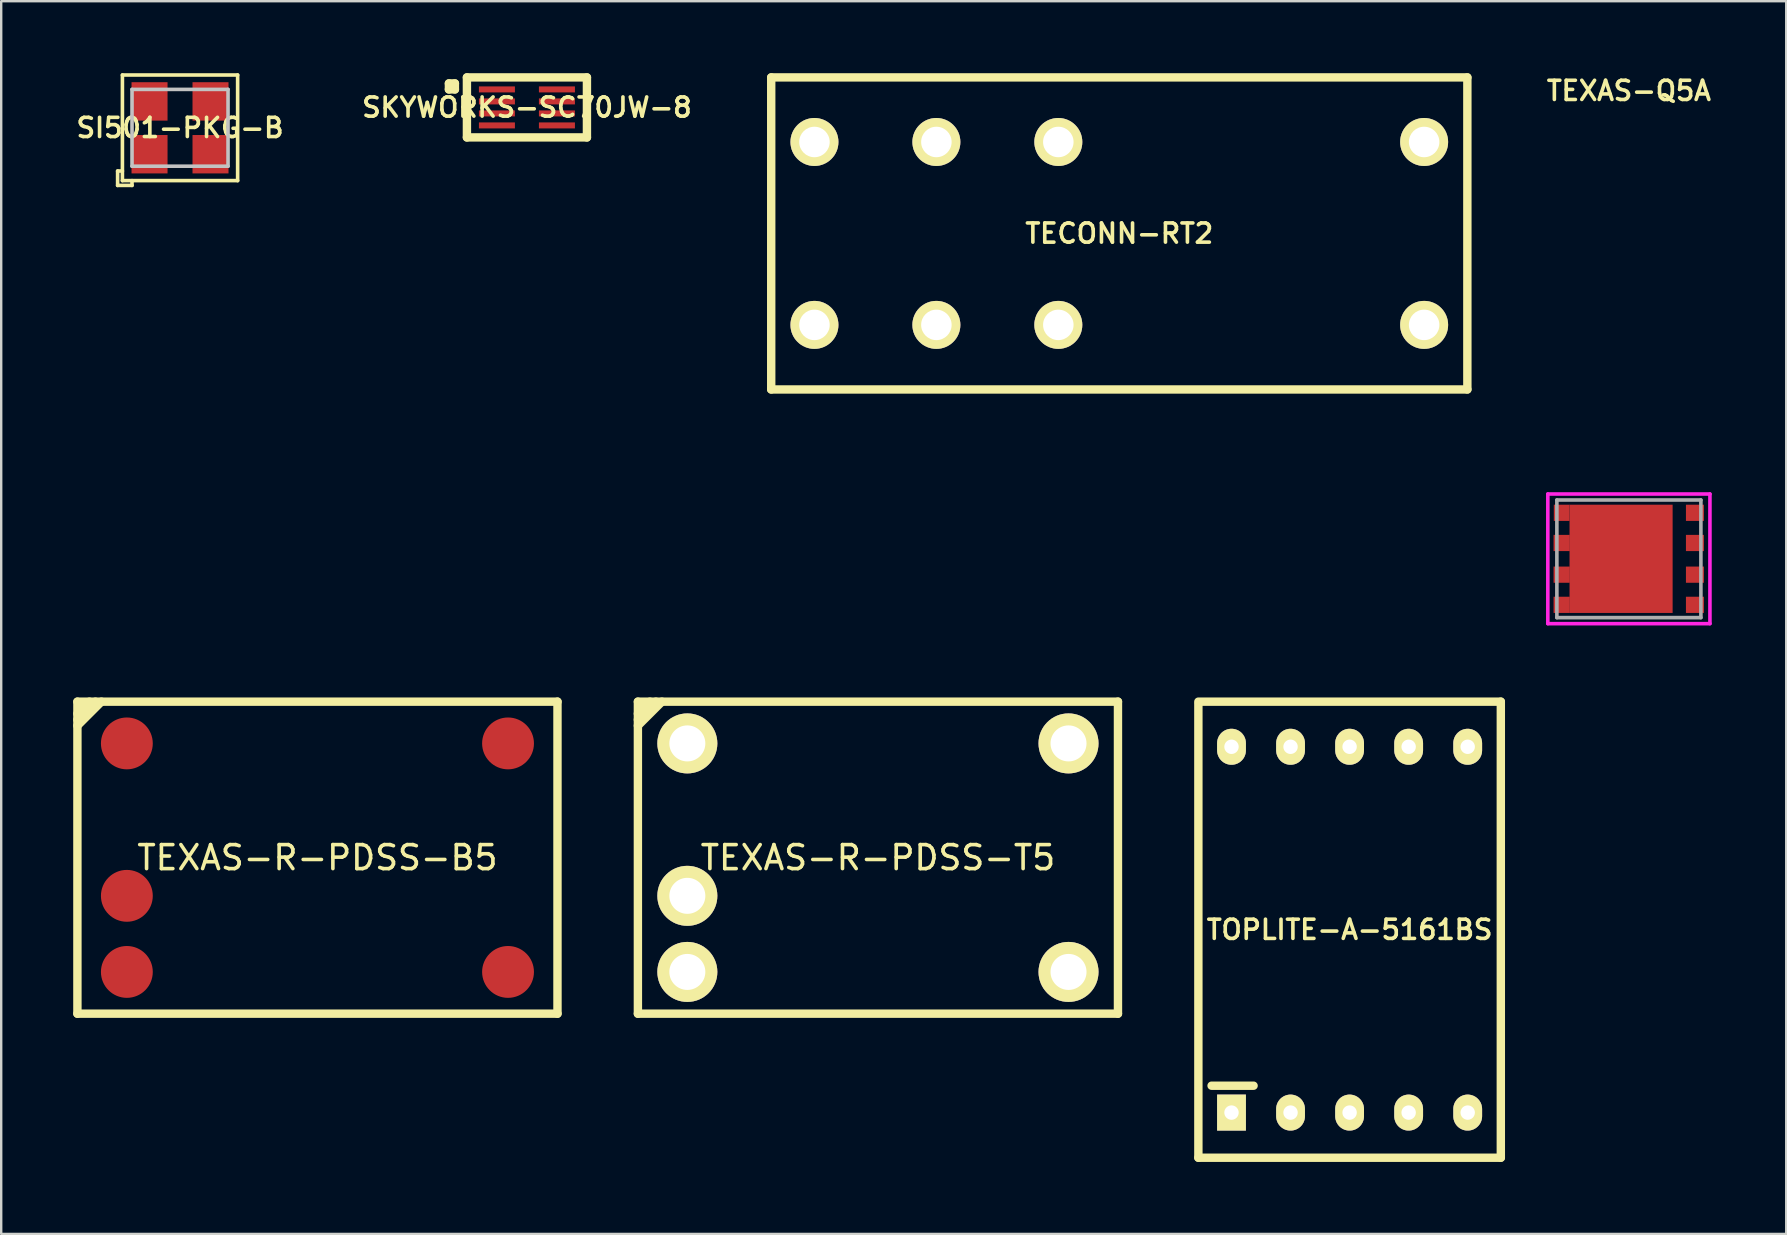
<source format=kicad_pcb>
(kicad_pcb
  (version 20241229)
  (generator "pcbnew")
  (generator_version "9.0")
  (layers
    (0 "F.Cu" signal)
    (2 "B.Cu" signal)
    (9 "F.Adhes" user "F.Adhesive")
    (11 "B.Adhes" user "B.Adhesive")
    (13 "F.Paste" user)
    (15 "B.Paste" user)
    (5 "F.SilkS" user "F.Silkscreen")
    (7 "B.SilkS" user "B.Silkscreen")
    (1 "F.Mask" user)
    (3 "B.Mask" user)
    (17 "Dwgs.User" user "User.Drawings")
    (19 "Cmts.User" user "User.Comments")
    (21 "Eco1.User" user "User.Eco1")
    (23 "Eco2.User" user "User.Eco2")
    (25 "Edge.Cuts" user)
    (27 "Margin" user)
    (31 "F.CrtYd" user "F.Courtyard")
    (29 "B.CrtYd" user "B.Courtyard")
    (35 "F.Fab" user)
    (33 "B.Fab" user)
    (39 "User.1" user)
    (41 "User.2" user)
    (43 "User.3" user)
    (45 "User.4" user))
  (footprint "TEXAS-Q5A"
    (layer "F.Cu")
    (at 64.81 20.231)
    (property "Reference" "TEXAS-Q5A" (at 0 -19.5 0) (layer "F.SilkS") (effects (font (size 0.8 0.8) (thickness 0.15))))
    (attr through_hole)
    (fp_line (start -3.377 -2.7) (end 3.377 -2.7) (stroke (width 0.15) (type solid)) (layer "F.CrtYd"))
    (fp_line (start -3.377 2.7) (end -3.377 -2.7) (stroke (width 0.15) (type solid)) (layer "F.CrtYd"))
    (fp_line (start 3.377 -2.7) (end 3.377 2.7) (stroke (width 0.15) (type solid)) (layer "F.CrtYd"))
    (fp_line (start 3.377 2.7) (end -3.377 2.7) (stroke (width 0.15) (type solid)) (layer "F.CrtYd"))
    (fp_line (start -3 -2.45) (end 3 -2.45) (stroke (width 0.15) (type solid)) (layer "F.Fab"))
    (fp_line (start -3 2.45) (end -3 -2.45) (stroke (width 0.15) (type solid)) (layer "F.Fab"))
    (fp_line (start 3 -2.45) (end 3 2.45) (stroke (width 0.15) (type solid)) (layer "F.Fab"))
    (fp_line (start 3 2.45) (end -3 2.45) (stroke (width 0.15) (type solid)) (layer "F.Fab"))
    (pad "1" smd rect (at 2.752 1.917) (size 0.75 0.675) (layers "F.Cu" "F.Mask" "F.Paste"))
    (pad "2" smd rect (at 2.752 0.66) (size 0.75 0.675) (layers "F.Cu" "F.Mask" "F.Paste"))
    (pad "3" smd rect (at 2.752 -0.66) (size 0.75 0.675) (layers "F.Cu" "F.Mask" "F.Paste"))
    (pad "4" smd rect (at 2.752 -1.917) (size 0.75 0.675) (layers "F.Cu" "F.Mask" "F.Paste"))
    (pad "5" smd rect (at -2.8 -1.917) (size 0.655 0.675) (layers "F.Cu" "F.Mask" "F.Paste"))
    (pad "6" smd rect (at -2.8 -0.66) (size 0.675 0.675) (layers "F.Cu" "F.Mask" "F.Paste"))
    (pad "7" smd rect (at -2.8 0.66) (size 0.675 0.675) (layers "F.Cu" "F.Mask" "F.Paste"))
    (pad "8" smd rect (at -2.8 1.917) (size 0.675 0.675) (layers "F.Cu" "F.Mask" "F.Paste"))
    (pad "8" smd rect (at -0.325 0) (size 4.295 4.51) (layers "F.Cu" "F.Mask" "F.Paste")))
  (footprint "SKYWORKS-SC70JW-8"
    (layer "F.Cu")
    (at 18.902 1.425)
    (property "Reference" "SKYWORKS-SC70JW-8" (at 0 0 0) (layer "F.SilkS") (effects (font (size 0.8 0.8) (thickness 0.15))))
    (attr through_hole)
    (fp_line (start -3.25 -1) (end -3 -1) (stroke (width 0.35) (type solid)) (layer "F.SilkS"))
    (fp_line (start -3.25 -0.75) (end -3.25 -1) (stroke (width 0.35) (type solid)) (layer "F.SilkS"))
    (fp_line (start -3 -1) (end -3 -0.75) (stroke (width 0.35) (type solid)) (layer "F.SilkS"))
    (fp_line (start -3 -0.75) (end -3.25 -0.75) (stroke (width 0.35) (type solid)) (layer "F.SilkS"))
    (fp_line (start -2.5 -1.25) (end 2.5 -1.25) (stroke (width 0.35) (type solid)) (layer "F.SilkS"))
    (fp_line (start -2.5 1.25) (end -2.5 -1.25) (stroke (width 0.35) (type solid)) (layer "F.SilkS"))
    (fp_line (start 2.5 -1.25) (end 2.5 1.25) (stroke (width 0.35) (type solid)) (layer "F.SilkS"))
    (fp_line (start 2.5 1.25) (end -2.5 1.25) (stroke (width 0.35) (type solid)) (layer "F.SilkS"))
    (pad "1" smd rect (at -1.25 -0.75) (size 1.5 0.25) (layers "F.Cu" "F.Mask" "F.Paste"))
    (pad "2" smd rect (at -1.25 -0.25) (size 1.5 0.25) (layers "F.Cu" "F.Mask" "F.Paste"))
    (pad "3" smd rect (at -1.25 0.25) (size 1.5 0.25) (layers "F.Cu" "F.Mask" "F.Paste"))
    (pad "4" smd rect (at -1.25 0.75) (size 1.5 0.25) (layers "F.Cu" "F.Mask" "F.Paste"))
    (pad "5" smd rect (at 1.25 0.75) (size 1.5 0.25) (layers "F.Cu" "F.Mask" "F.Paste"))
    (pad "6" smd rect (at 1.25 0.25) (size 1.5 0.25) (layers "F.Cu" "F.Mask" "F.Paste"))
    (pad "7" smd rect (at 1.25 -0.25) (size 1.5 0.25) (layers "F.Cu" "F.Mask" "F.Paste"))
    (pad "8" smd rect (at 1.25 -0.75) (size 1.5 0.25) (layers "F.Cu" "F.Mask" "F.Paste")))
  (footprint "TEXAS-R-PDSS-B5"
    (layer "F.Cu")
    (at 10.175 32.681)
    (property "Reference" "TEXAS-R-PDSS-B5" (at 0 0 0) (layer "F.SilkS") (effects (font (size 1 1) (thickness 0.15))))
    (attr through_hole)
    (fp_line (start -10 -6.5) (end 10 -6.5) (stroke (width 0.35) (type solid)) (layer "F.SilkS"))
    (fp_line (start -10 -6) (end -9.5 -6.5) (stroke (width 0.35) (type solid)) (layer "F.SilkS"))
    (fp_line (start -10 -5.75) (end -9.25 -6.5) (stroke (width 0.35) (type solid)) (layer "F.SilkS"))
    (fp_line (start -10 -5.5) (end -9 -6.5) (stroke (width 0.35) (type solid)) (layer "F.SilkS"))
    (fp_line (start -10 6.5) (end -10 -6.5) (stroke (width 0.35) (type solid)) (layer "F.SilkS"))
    (fp_line (start 10 -6.5) (end 10 6.5) (stroke (width 0.35) (type solid)) (layer "F.SilkS"))
    (fp_line (start 10 6.5) (end -10 6.5) (stroke (width 0.35) (type solid)) (layer "F.SilkS"))
    (pad "1" smd circle (at -7.94 -4.76) (size 2.16 2.16) (layers "F.Cu" "F.Mask" "F.Paste"))
    (pad "2" smd circle (at -7.94 1.59) (size 2.16 2.16) (layers "F.Cu" "F.Mask" "F.Paste"))
    (pad "3" smd circle (at -7.94 4.76) (size 2.16 2.16) (layers "F.Cu" "F.Mask" "F.Paste"))
    (pad "4" smd circle (at 7.94 4.76) (size 2.16 2.16) (layers "F.Cu" "F.Mask" "F.Paste"))
    (pad "5" smd circle (at 7.94 -4.76) (size 2.16 2.16) (layers "F.Cu" "F.Mask" "F.Paste")))
  (footprint "TOPLITE-A-5161BS"
    (layer "F.Cu")
    (at 53.175 35.681)
    (property "Reference" "TOPLITE-A-5161BS" (at 0 0 0) (layer "F.SilkS") (effects (font (size 0.8 0.8) (thickness 0.15))))
    (attr through_hole)
    (fp_line (start -6.3 -9.5) (end 6.3 -9.5) (stroke (width 0.35) (type solid)) (layer "F.SilkS"))
    (fp_line (start -6.3 9.5) (end -6.3 -9.4) (stroke (width 0.35) (type solid)) (layer "F.SilkS"))
    (fp_line (start -5.75 6.5) (end -4 6.5) (stroke (width 0.35) (type solid)) (layer "F.SilkS"))
    (fp_line (start 6.3 -9.5) (end 6.3 9.5) (stroke (width 0.35) (type solid)) (layer "F.SilkS"))
    (fp_line (start 6.3 9.5) (end -6.3 9.5) (stroke (width 0.35) (type solid)) (layer "F.SilkS"))
    (pad "1" thru_hole rect (at -4.92 7.62) (size 1.2 1.5) (drill 0.6) (layers "*.Cu" "*.Mask" "F.SilkS"))
    (pad "2" thru_hole oval (at -2.46 7.62) (size 1.2 1.5) (drill 0.6) (layers "*.Cu" "*.Mask" "F.SilkS"))
    (pad "3" thru_hole oval (at 0 7.62) (size 1.2 1.5) (drill 0.6) (layers "*.Cu" "*.Mask" "F.SilkS"))
    (pad "4" thru_hole oval (at 2.46 7.62) (size 1.2 1.5) (drill 0.6) (layers "*.Cu" "*.Mask" "F.SilkS"))
    (pad "5" thru_hole oval (at 4.92 7.62) (size 1.2 1.5) (drill 0.6) (layers "*.Cu" "*.Mask" "F.SilkS"))
    (pad "6" thru_hole oval (at 4.92 -7.62) (size 1.2 1.5) (drill 0.6) (layers "*.Cu" "*.Mask" "F.SilkS"))
    (pad "7" thru_hole oval (at 2.46 -7.62) (size 1.2 1.5) (drill 0.6) (layers "*.Cu" "*.Mask" "F.SilkS"))
    (pad "8" thru_hole oval (at 0 -7.62) (size 1.2 1.5) (drill 0.6) (layers "*.Cu" "*.Mask" "F.SilkS"))
    (pad "9" thru_hole oval (at -2.46 -7.62) (size 1.2 1.5) (drill 0.6) (layers "*.Cu" "*.Mask" "F.SilkS"))
    (pad "10" thru_hole oval (at -4.92 -7.62) (size 1.2 1.5) (drill 0.6) (layers "*.Cu" "*.Mask" "F.SilkS")))
  (footprint "TECONN-RT2"
    (layer "F.Cu")
    (at 43.58 6.675)
    (property "Reference" "TECONN-RT2" (at 0 0 0) (layer "F.SilkS") (effects (font (size 0.8 0.8) (thickness 0.15))))
    (attr through_hole)
    (fp_line (start -14.501 -6.5) (end 14.501 -6.5) (stroke (width 0.35) (type solid)) (layer "F.SilkS"))
    (fp_line (start -14.501 6.5) (end -14.501 -6.5) (stroke (width 0.35) (type solid)) (layer "F.SilkS"))
    (fp_line (start 14.501 -6.5) (end 14.501 6.5) (stroke (width 0.35) (type solid)) (layer "F.SilkS"))
    (fp_line (start 14.501 6.5) (end -14.501 6.5) (stroke (width 0.35) (type solid)) (layer "F.SilkS"))
    (pad "1" thru_hole circle (at -2.54 -3.81) (size 1.999 1.999) (drill 1.27) (layers "*.Cu" "*.Mask" "F.SilkS"))
    (pad "2" thru_hole circle (at -7.62 -3.81) (size 1.999 1.999) (drill 1.27) (layers "*.Cu" "*.Mask" "F.SilkS"))
    (pad "3" thru_hole circle (at -12.7 -3.81) (size 1.999 1.999) (drill 1.27) (layers "*.Cu" "*.Mask" "F.SilkS"))
    (pad "4" thru_hole circle (at -2.54 3.81) (size 1.999 1.999) (drill 1.27) (layers "*.Cu" "*.Mask" "F.SilkS"))
    (pad "5" thru_hole circle (at -7.62 3.81) (size 1.999 1.999) (drill 1.27) (layers "*.Cu" "*.Mask" "F.SilkS"))
    (pad "6" thru_hole circle (at -12.7 3.81) (size 1.999 1.999) (drill 1.27) (layers "*.Cu" "*.Mask" "F.SilkS"))
    (pad "7" thru_hole circle (at 12.7 -3.81) (size 1.999 1.999) (drill 1.27) (layers "*.Cu" "*.Mask" "F.SilkS"))
    (pad "8" thru_hole circle (at 12.7 3.81) (size 1.999 1.999) (drill 1.27) (layers "*.Cu" "*.Mask" "F.SilkS")))
  (footprint "TEXAS-R-PDSS-T5"
    (layer "F.Cu")
    (at 33.525 32.681)
    (property "Reference" "TEXAS-R-PDSS-T5" (at 0 0 0) (layer "F.SilkS") (effects (font (size 1 1) (thickness 0.15))))
    (attr through_hole)
    (fp_line (start -10 -6.5) (end 10 -6.5) (stroke (width 0.35) (type solid)) (layer "F.SilkS"))
    (fp_line (start -10 -6) (end -9.5 -6.5) (stroke (width 0.35) (type solid)) (layer "F.SilkS"))
    (fp_line (start -10 -5.75) (end -9.25 -6.5) (stroke (width 0.35) (type solid)) (layer "F.SilkS"))
    (fp_line (start -10 -5.5) (end -9 -6.5) (stroke (width 0.35) (type solid)) (layer "F.SilkS"))
    (fp_line (start -10 6.5) (end -10 -6.5) (stroke (width 0.35) (type solid)) (layer "F.SilkS"))
    (fp_line (start 10 -6.5) (end 10 6.5) (stroke (width 0.35) (type solid)) (layer "F.SilkS"))
    (fp_line (start 10 6.5) (end -10 6.5) (stroke (width 0.35) (type solid)) (layer "F.SilkS"))
    (pad "1" thru_hole circle (at -7.94 -4.76) (size 2.5 2.5) (drill 1.5) (layers "*.Cu" "*.Mask" "F.SilkS"))
    (pad "2" thru_hole circle (at -7.94 1.59) (size 2.5 2.5) (drill 1.5) (layers "*.Cu" "*.Mask" "F.SilkS"))
    (pad "3" thru_hole circle (at -7.94 4.76) (size 2.5 2.5) (drill 1.5) (layers "*.Cu" "*.Mask" "F.SilkS"))
    (pad "4" thru_hole circle (at 7.94 4.76) (size 2.5 2.5) (drill 1.5) (layers "*.Cu" "*.Mask" "F.SilkS"))
    (pad "5" thru_hole circle (at 7.94 -4.76) (size 2.5 2.5) (drill 1.5) (layers "*.Cu" "*.Mask" "F.SilkS")))
  (footprint "SI501-PKG-B"
    (layer "F.Cu")
    (at 4.45 2.275)
    (property "Reference" "SI501-PKG-B" (at 0 0 0) (layer "F.SilkS") (effects (font (size 0.8 0.8) (thickness 0.15))))
    (attr through_hole)
    (fp_line (start -2.6 1.8) (end -2.6 2.4) (stroke (width 0.15) (type solid)) (layer "F.SilkS"))
    (fp_line (start -2.6 2.4) (end -2 2.4) (stroke (width 0.15) (type solid)) (layer "F.SilkS"))
    (fp_line (start -2.4 -2.2) (end 2.4 -2.2) (stroke (width 0.15) (type solid)) (layer "F.SilkS"))
    (fp_line (start -2.4 1.8) (end -2.6 1.8) (stroke (width 0.15) (type solid)) (layer "F.SilkS"))
    (fp_line (start -2.4 2.2) (end -2.4 -2.2) (stroke (width 0.15) (type solid)) (layer "F.SilkS"))
    (fp_line (start -2 2.4) (end -2 2.2) (stroke (width 0.15) (type solid)) (layer "F.SilkS"))
    (fp_line (start 2.4 -2.2) (end 2.4 2.2) (stroke (width 0.15) (type solid)) (layer "F.SilkS"))
    (fp_line (start 2.4 2.2) (end -2.4 2.2) (stroke (width 0.15) (type solid)) (layer "F.SilkS"))
    (fp_line (start -2 -1.6) (end 2 -1.6) (stroke (width 0.15) (type solid)) (layer "Dwgs.User"))
    (fp_line (start -2 1.6) (end -2 -1.6) (stroke (width 0.15) (type solid)) (layer "Dwgs.User"))
    (fp_line (start 2 -1.6) (end 2 1.6) (stroke (width 0.15) (type solid)) (layer "Dwgs.User"))
    (fp_line (start 2 1.6) (end -2 1.6) (stroke (width 0.15) (type solid)) (layer "Dwgs.User"))
    (pad "1" smd rect (at -1.27 1.1) (size 1.5 1.6) (layers "F.Cu" "F.Mask" "F.Paste"))
    (pad "2" smd rect (at 1.27 1.1) (size 1.5 1.6) (layers "F.Cu" "F.Mask" "F.Paste"))
    (pad "3" smd rect (at 1.27 -1.1) (size 1.5 1.6) (layers "F.Cu" "F.Mask" "F.Paste"))
    (pad "4" smd rect (at -1.27 -1.1) (size 1.5 1.6) (layers "F.Cu" "F.Mask" "F.Paste")))
  (gr_rect
    (start -3 -3)
    (end 71.365 48.356)
    (stroke (width 0.1) (type default))
    (fill no)
    (layer "Edge.Cuts")))
</source>
